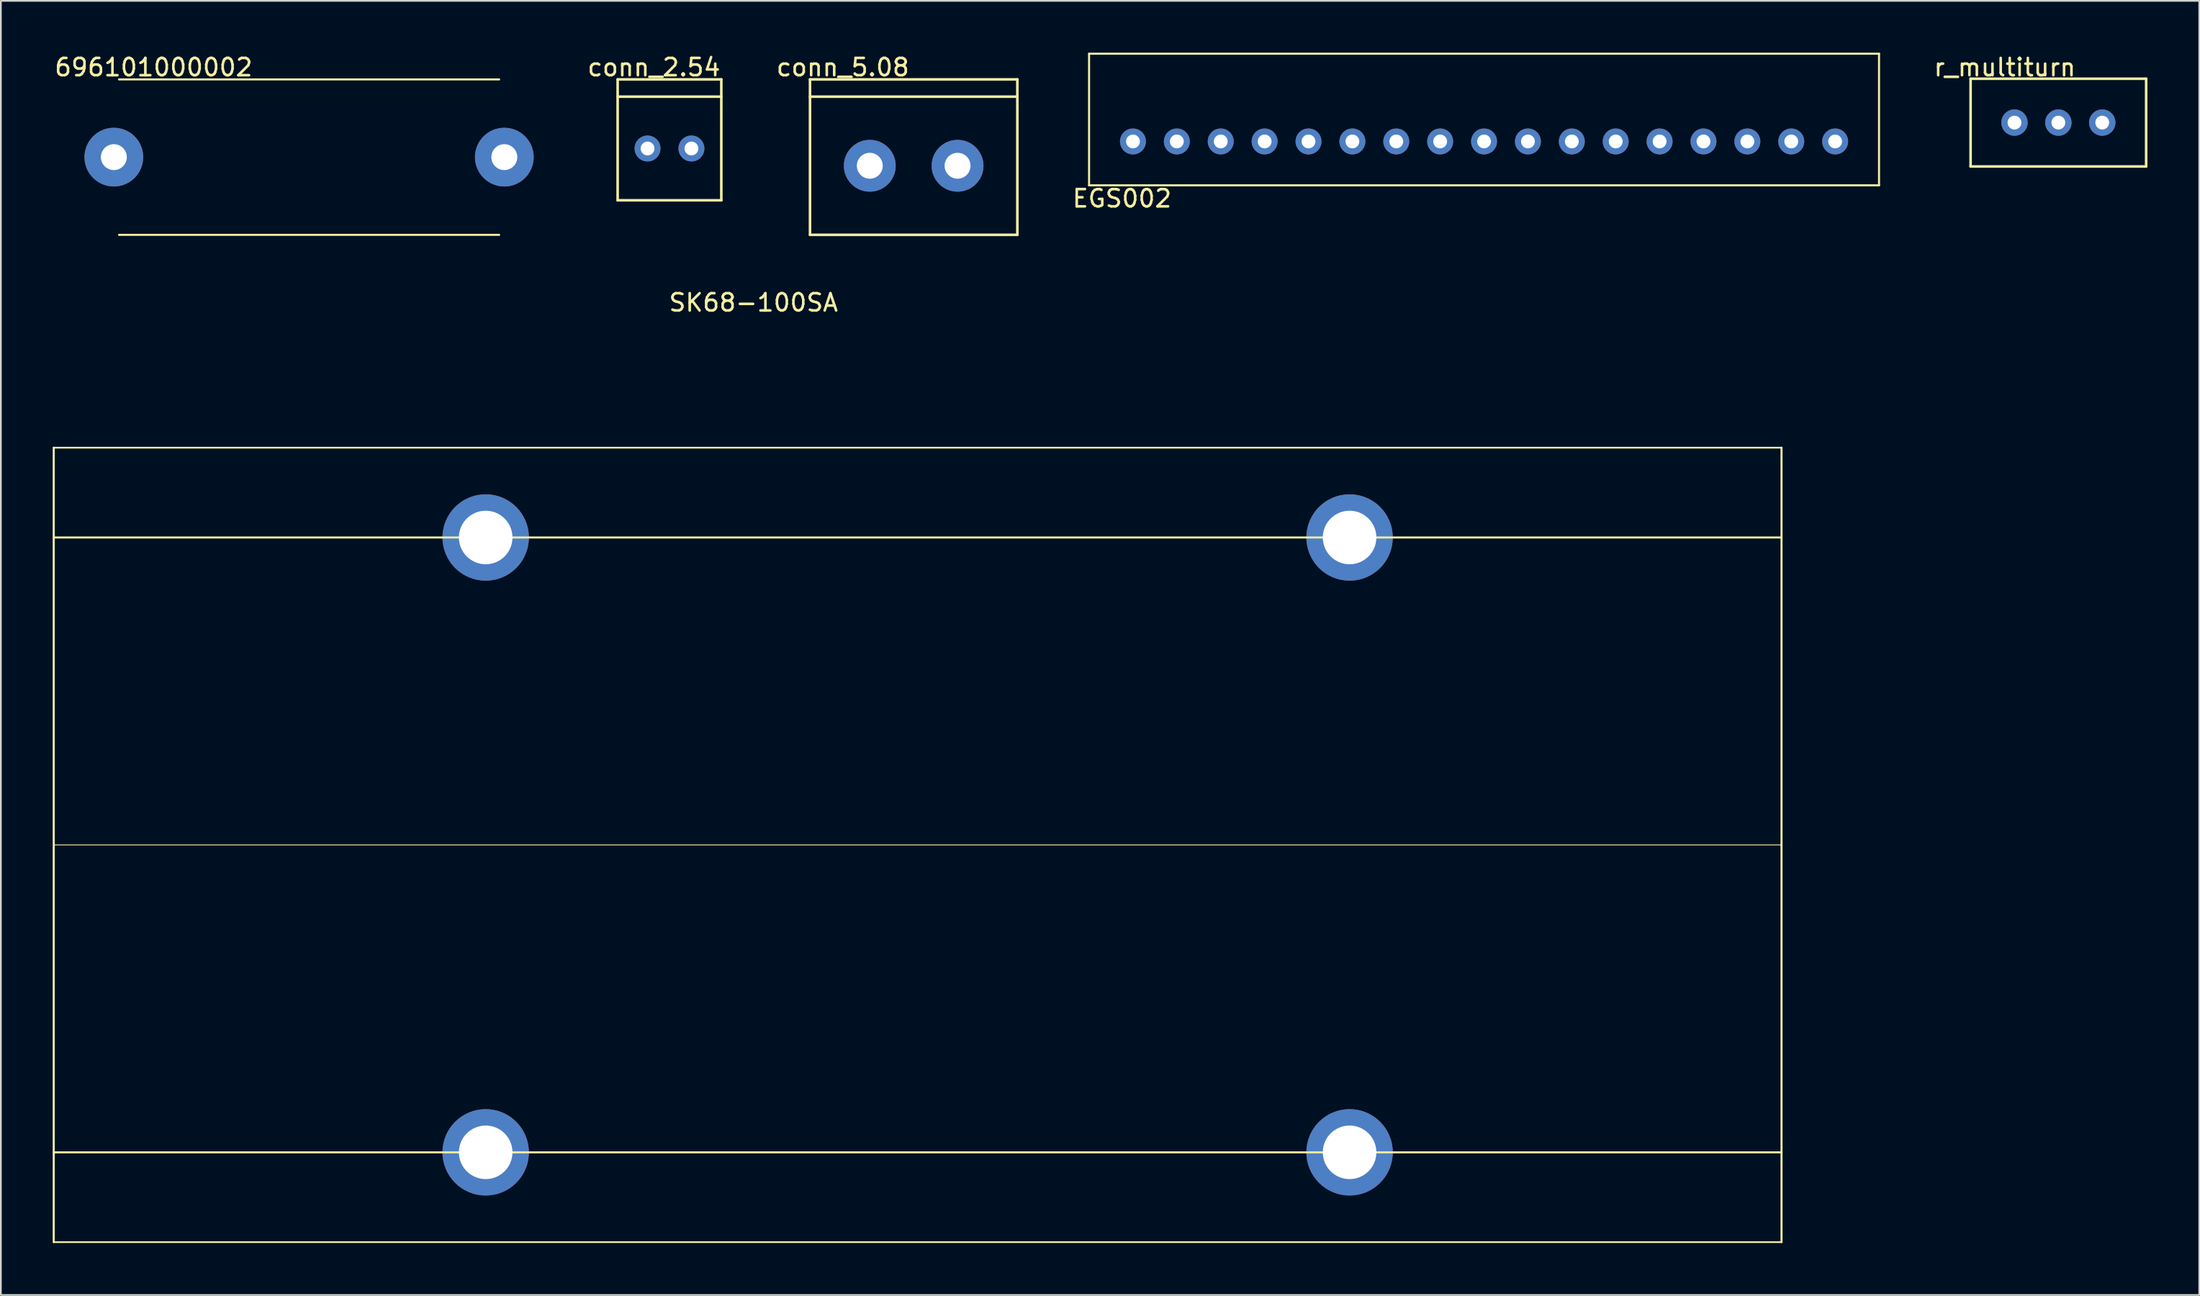
<source format=kicad_pcb>
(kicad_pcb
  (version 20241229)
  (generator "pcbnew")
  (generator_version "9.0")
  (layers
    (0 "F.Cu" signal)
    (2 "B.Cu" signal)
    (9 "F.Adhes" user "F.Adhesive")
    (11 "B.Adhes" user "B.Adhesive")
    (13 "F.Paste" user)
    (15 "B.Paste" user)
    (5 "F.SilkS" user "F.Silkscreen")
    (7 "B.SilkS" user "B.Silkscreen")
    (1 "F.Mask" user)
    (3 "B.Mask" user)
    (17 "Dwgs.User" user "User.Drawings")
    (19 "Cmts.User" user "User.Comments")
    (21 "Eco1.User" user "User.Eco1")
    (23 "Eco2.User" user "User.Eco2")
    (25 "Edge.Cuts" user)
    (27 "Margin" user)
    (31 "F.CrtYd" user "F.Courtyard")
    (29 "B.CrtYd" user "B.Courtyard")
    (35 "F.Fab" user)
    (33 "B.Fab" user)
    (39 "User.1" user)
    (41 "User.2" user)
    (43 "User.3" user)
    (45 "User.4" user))
  (footprint "SK68-100SA"
    (layer "F.Cu")
    (at 50.06 45.871)
    (property "Reference" "SK68-100SA" (at -9.5 -31.4 0) (layer "F.SilkS") (effects (font (size 1 1) (thickness 0.15))))
    (attr through_hole)
    (fp_line (start -50 -23) (end -50 23) (stroke (width 0.12) (type solid)) (layer "F.SilkS"))
    (fp_line (start -50 -23) (end 50 -23) (stroke (width 0.1) (type solid)) (layer "F.SilkS"))
    (fp_line (start -50 -17.8) (end 50 -17.8) (stroke (width 0.12) (type solid)) (layer "F.SilkS"))
    (fp_line (start -50 0) (end 50 0) (stroke (width 0.05) (type solid)) (layer "F.SilkS"))
    (fp_line (start -50 17.8) (end 50 17.8) (stroke (width 0.12) (type solid)) (layer "F.SilkS"))
    (fp_line (start -50 23) (end 50 23) (stroke (width 0.1) (type solid)) (layer "F.SilkS"))
    (fp_line (start 50 -23) (end 50 0) (stroke (width 0.12) (type solid)) (layer "F.SilkS"))
    (fp_line (start 50 0) (end 50 23) (stroke (width 0.12) (type solid)) (layer "F.SilkS"))
    (pad "1" thru_hole circle (at -25 -17.8) (size 5 5) (drill 3.1) (layers "*.Cu" "*.Mask"))
    (pad "2" thru_hole circle (at 25 -17.8) (size 5 5) (drill 3.1) (layers "*.Cu" "*.Mask"))
    (pad "3" thru_hole circle (at 25 17.8) (size 5 5) (drill 3.1) (layers "*.Cu" "*.Mask"))
    (pad "4" thru_hole circle (at -25 17.8) (size 5 5) (drill 3.1) (layers "*.Cu" "*.Mask")))
  (footprint "r_multiturn"
    (layer "F.Cu")
    (at 116.083 4.048)
    (property "Reference" "r_multiturn" (at -3.1 -3.2 0) (layer "F.SilkS") (effects (font (size 1 1) (thickness 0.15))))
    (attr through_hole)
    (fp_line (start -5.08 -2.54) (end 5.08 -2.54) (stroke (width 0.15) (type solid)) (layer "F.SilkS"))
    (fp_line (start -5.08 2.54) (end -5.08 -2.54) (stroke (width 0.15) (type solid)) (layer "F.SilkS"))
    (fp_line (start 5.08 -2.54) (end 5.08 2.54) (stroke (width 0.15) (type solid)) (layer "F.SilkS"))
    (fp_line (start 5.08 2.54) (end -5.08 2.54) (stroke (width 0.15) (type solid)) (layer "F.SilkS"))
    (pad "1" thru_hole circle (at -2.54 0 90) (size 1.524 1.524) (drill 0.8) (layers "*.Cu" "*.Mask"))
    (pad "2" thru_hole circle (at 0 0) (size 1.524 1.524) (drill 0.8) (layers "*.Cu" "*.Mask"))
    (pad "3" thru_hole circle (at 2.54 0) (size 1.524 1.524) (drill 0.8) (layers "*.Cu" "*.Mask")))
  (footprint "EGS002"
    (layer "F.Cu")
    (at 62.523 5.14)
    (property "Reference" "EGS002" (at -0.635 3.302 0) (layer "F.SilkS") (effects (font (size 1 1) (thickness 0.15))))
    (attr through_hole)
    (fp_line (start -2.54 -5.08) (end 43.18 -5.08) (stroke (width 0.12) (type solid)) (layer "F.SilkS"))
    (fp_line (start -2.54 2.54) (end -2.54 -5.08) (stroke (width 0.12) (type solid)) (layer "F.SilkS"))
    (fp_line (start 43.18 -5.08) (end 43.18 2.54) (stroke (width 0.12) (type solid)) (layer "F.SilkS"))
    (fp_line (start 43.18 2.54) (end -2.54 2.54) (stroke (width 0.12) (type solid)) (layer "F.SilkS"))
    (pad "1" thru_hole circle (at 0 0) (size 1.5 1.5) (drill 0.8) (layers "*.Cu" "*.Mask"))
    (pad "2" thru_hole circle (at 2.54 0) (size 1.5 1.5) (drill 0.8) (layers "*.Cu" "*.Mask"))
    (pad "3" thru_hole circle (at 5.08 0) (size 1.5 1.5) (drill 0.8) (layers "*.Cu" "*.Mask"))
    (pad "4" thru_hole circle (at 7.62 0) (size 1.5 1.5) (drill 0.8) (layers "*.Cu" "*.Mask"))
    (pad "5" thru_hole circle (at 10.16 0) (size 1.5 1.5) (drill 0.8) (layers "*.Cu" "*.Mask"))
    (pad "6" thru_hole circle (at 12.7 0) (size 1.5 1.5) (drill 0.8) (layers "*.Cu" "*.Mask"))
    (pad "7" thru_hole circle (at 15.24 0) (size 1.5 1.5) (drill 0.8) (layers "*.Cu" "*.Mask"))
    (pad "8" thru_hole circle (at 17.78 0) (size 1.5 1.5) (drill 0.8) (layers "*.Cu" "*.Mask"))
    (pad "9" thru_hole circle (at 20.32 0) (size 1.5 1.5) (drill 0.8) (layers "*.Cu" "*.Mask"))
    (pad "10" thru_hole circle (at 22.86 0) (size 1.5 1.5) (drill 0.8) (layers "*.Cu" "*.Mask"))
    (pad "11" thru_hole circle (at 25.4 0) (size 1.5 1.5) (drill 0.8) (layers "*.Cu" "*.Mask"))
    (pad "12" thru_hole circle (at 27.94 0) (size 1.5 1.5) (drill 0.8) (layers "*.Cu" "*.Mask"))
    (pad "13" thru_hole circle (at 30.48 0) (size 1.5 1.5) (drill 0.8) (layers "*.Cu" "*.Mask"))
    (pad "14" thru_hole circle (at 33.02 0) (size 1.5 1.5) (drill 0.8) (layers "*.Cu" "*.Mask"))
    (pad "15" thru_hole circle (at 35.56 0) (size 1.5 1.5) (drill 0.8) (layers "*.Cu" "*.Mask"))
    (pad "16" thru_hole circle (at 38.1 0) (size 1.5 1.5) (drill 0.8) (layers "*.Cu" "*.Mask"))
    (pad "17" thru_hole circle (at 40.64 0) (size 1.5 1.5) (drill 0.8) (layers "*.Cu" "*.Mask")))
  (footprint "696101000002"
    (layer "F.Cu")
    (at 14.839 6.048)
    (property "Reference" "696101000002" (at -9 -5.2 0) (layer "F.SilkS") (effects (font (size 1 1) (thickness 0.15))))
    (attr through_hole)
    (fp_line (start -11 -4.5) (end 11 -4.5) (stroke (width 0.12) (type solid)) (layer "F.SilkS"))
    (fp_line (start -11 4.5) (end 11 4.5) (stroke (width 0.12) (type solid)) (layer "F.SilkS"))
    (pad "1" thru_hole circle (at -11.3 0) (size 3.4 3.4) (drill 1.5) (layers "*.Cu" "*.Mask"))
    (pad "2" thru_hole circle (at 11.3 0) (size 3.4 3.4) (drill 1.5) (layers "*.Cu" "*.Mask")))
  (footprint "conn_2.54"
    (layer "F.Cu")
    (at 35.698 5.548)
    (property "Reference" "conn_2.54" (at -0.9 -4.7 0) (layer "F.SilkS") (effects (font (size 1 1) (thickness 0.15))))
    (attr through_hole)
    (fp_line (start -3 -4) (end 3 -4) (stroke (width 0.15) (type solid)) (layer "F.SilkS"))
    (fp_line (start -3 -3) (end 3 -3) (stroke (width 0.15) (type solid)) (layer "F.SilkS"))
    (fp_line (start -3 3) (end -3 -4) (stroke (width 0.15) (type solid)) (layer "F.SilkS"))
    (fp_line (start 3 -4) (end 3 3) (stroke (width 0.15) (type solid)) (layer "F.SilkS"))
    (fp_line (start 3 3) (end -3 3) (stroke (width 0.15) (type solid)) (layer "F.SilkS"))
    (pad "1" thru_hole circle (at -1.27 0) (size 1.5 1.5) (drill 0.8) (layers "*.Cu" "*.Mask"))
    (pad "2" thru_hole circle (at 1.27 0) (size 1.5 1.5) (drill 0.8) (layers "*.Cu" "*.Mask")))
  (footprint "conn_5.08"
    (layer "F.Cu")
    (at 49.831 6.548)
    (property "Reference" "conn_5.08" (at -4.1 -5.7 0) (layer "F.SilkS") (effects (font (size 1 1) (thickness 0.15))))
    (attr through_hole)
    (fp_line (start -6 -5) (end -6 4) (stroke (width 0.15) (type solid)) (layer "F.SilkS"))
    (fp_line (start -6 -4) (end 6 -4) (stroke (width 0.15) (type solid)) (layer "F.SilkS"))
    (fp_line (start -6 4) (end 6 4) (stroke (width 0.15) (type solid)) (layer "F.SilkS"))
    (fp_line (start 6 -5) (end -6 -5) (stroke (width 0.15) (type solid)) (layer "F.SilkS"))
    (fp_line (start 6 4) (end 6 -5) (stroke (width 0.15) (type solid)) (layer "F.SilkS"))
    (pad "1" thru_hole circle (at -2.54 0) (size 3 3) (drill 1.5) (layers "*.Cu" "*.Mask"))
    (pad "2" thru_hole circle (at 2.54 0) (size 3 3) (drill 1.5) (layers "*.Cu" "*.Mask")))
  (gr_rect
    (start -3 -3)
    (end 124.238 71.931)
    (stroke (width 0.1) (type default))
    (fill no)
    (layer "Edge.Cuts")))
</source>
